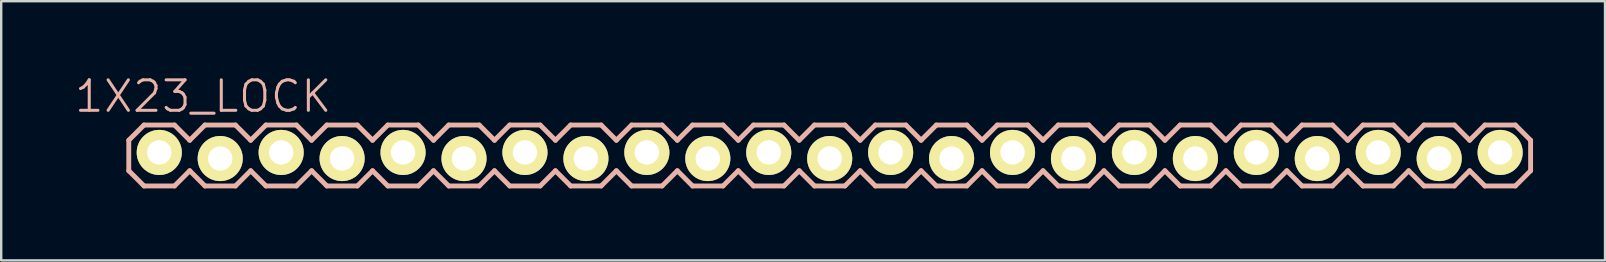
<source format=kicad_pcb>
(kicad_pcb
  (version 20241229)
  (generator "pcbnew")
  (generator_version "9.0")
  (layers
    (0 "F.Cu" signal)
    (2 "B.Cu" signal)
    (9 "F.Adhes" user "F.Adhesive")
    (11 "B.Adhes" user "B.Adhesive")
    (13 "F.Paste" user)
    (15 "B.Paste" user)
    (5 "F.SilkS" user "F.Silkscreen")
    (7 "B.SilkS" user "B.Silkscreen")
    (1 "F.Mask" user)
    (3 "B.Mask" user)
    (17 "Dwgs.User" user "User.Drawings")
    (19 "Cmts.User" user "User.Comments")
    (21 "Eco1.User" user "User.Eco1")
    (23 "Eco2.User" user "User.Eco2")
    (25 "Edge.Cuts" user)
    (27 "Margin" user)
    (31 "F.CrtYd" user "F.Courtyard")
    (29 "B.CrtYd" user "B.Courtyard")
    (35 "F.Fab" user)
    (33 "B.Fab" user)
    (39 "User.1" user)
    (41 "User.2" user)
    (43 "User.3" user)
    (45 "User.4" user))
  (footprint "1X23_LOCK"
    (layer "F.Cu")
    (at 30.257 3.43)
    (property "Reference" "1X23_LOCK" (at -24.841 -2.464 0) (layer "B.SilkS") (effects (font (size 1.27 1.27) (thickness 0.127))))
    (attr exclude_from_pos_files exclude_from_bom)
    (fp_line (start -26.924 -0.254) (end -26.416 -0.254) (stroke (width 0.066) (type solid)) (layer "F.SilkS"))
    (fp_line (start -26.924 0.254) (end -26.924 -0.254) (stroke (width 0.066) (type solid)) (layer "F.SilkS"))
    (fp_line (start -26.924 0.254) (end -26.416 0.254) (stroke (width 0.066) (type solid)) (layer "F.SilkS"))
    (fp_line (start -26.416 0.254) (end -26.416 -0.254) (stroke (width 0.066) (type solid)) (layer "F.SilkS"))
    (fp_line (start -24.384 -0.254) (end -23.876 -0.254) (stroke (width 0.066) (type solid)) (layer "F.SilkS"))
    (fp_line (start -24.384 0.254) (end -24.384 -0.254) (stroke (width 0.066) (type solid)) (layer "F.SilkS"))
    (fp_line (start -24.384 0.254) (end -23.876 0.254) (stroke (width 0.066) (type solid)) (layer "F.SilkS"))
    (fp_line (start -23.876 0.254) (end -23.876 -0.254) (stroke (width 0.066) (type solid)) (layer "F.SilkS"))
    (fp_line (start -21.844 -0.254) (end -21.336 -0.254) (stroke (width 0.066) (type solid)) (layer "F.SilkS"))
    (fp_line (start -21.844 0.254) (end -21.844 -0.254) (stroke (width 0.066) (type solid)) (layer "F.SilkS"))
    (fp_line (start -21.844 0.254) (end -21.336 0.254) (stroke (width 0.066) (type solid)) (layer "F.SilkS"))
    (fp_line (start -21.336 0.254) (end -21.336 -0.254) (stroke (width 0.066) (type solid)) (layer "F.SilkS"))
    (fp_line (start -19.304 -0.254) (end -18.796 -0.254) (stroke (width 0.066) (type solid)) (layer "F.SilkS"))
    (fp_line (start -19.304 0.254) (end -19.304 -0.254) (stroke (width 0.066) (type solid)) (layer "F.SilkS"))
    (fp_line (start -19.304 0.254) (end -18.796 0.254) (stroke (width 0.066) (type solid)) (layer "F.SilkS"))
    (fp_line (start -18.796 0.254) (end -18.796 -0.254) (stroke (width 0.066) (type solid)) (layer "F.SilkS"))
    (fp_line (start -16.764 -0.254) (end -16.256 -0.254) (stroke (width 0.066) (type solid)) (layer "F.SilkS"))
    (fp_line (start -16.764 0.254) (end -16.764 -0.254) (stroke (width 0.066) (type solid)) (layer "F.SilkS"))
    (fp_line (start -16.764 0.254) (end -16.256 0.254) (stroke (width 0.066) (type solid)) (layer "F.SilkS"))
    (fp_line (start -16.256 0.254) (end -16.256 -0.254) (stroke (width 0.066) (type solid)) (layer "F.SilkS"))
    (fp_line (start -14.224 -0.254) (end -13.716 -0.254) (stroke (width 0.066) (type solid)) (layer "F.SilkS"))
    (fp_line (start -14.224 0.254) (end -14.224 -0.254) (stroke (width 0.066) (type solid)) (layer "F.SilkS"))
    (fp_line (start -14.224 0.254) (end -13.716 0.254) (stroke (width 0.066) (type solid)) (layer "F.SilkS"))
    (fp_line (start -13.716 0.254) (end -13.716 -0.254) (stroke (width 0.066) (type solid)) (layer "F.SilkS"))
    (fp_line (start -11.684 -0.254) (end -11.176 -0.254) (stroke (width 0.066) (type solid)) (layer "F.SilkS"))
    (fp_line (start -11.684 0.254) (end -11.684 -0.254) (stroke (width 0.066) (type solid)) (layer "F.SilkS"))
    (fp_line (start -11.684 0.254) (end -11.176 0.254) (stroke (width 0.066) (type solid)) (layer "F.SilkS"))
    (fp_line (start -11.176 0.254) (end -11.176 -0.254) (stroke (width 0.066) (type solid)) (layer "F.SilkS"))
    (fp_line (start -9.144 -0.254) (end -8.636 -0.254) (stroke (width 0.066) (type solid)) (layer "F.SilkS"))
    (fp_line (start -9.144 0.254) (end -9.144 -0.254) (stroke (width 0.066) (type solid)) (layer "F.SilkS"))
    (fp_line (start -9.144 0.254) (end -8.636 0.254) (stroke (width 0.066) (type solid)) (layer "F.SilkS"))
    (fp_line (start -8.636 0.254) (end -8.636 -0.254) (stroke (width 0.066) (type solid)) (layer "F.SilkS"))
    (fp_line (start -6.604 -0.254) (end -6.096 -0.254) (stroke (width 0.066) (type solid)) (layer "F.SilkS"))
    (fp_line (start -6.604 0.254) (end -6.604 -0.254) (stroke (width 0.066) (type solid)) (layer "F.SilkS"))
    (fp_line (start -6.604 0.254) (end -6.096 0.254) (stroke (width 0.066) (type solid)) (layer "F.SilkS"))
    (fp_line (start -6.096 0.254) (end -6.096 -0.254) (stroke (width 0.066) (type solid)) (layer "F.SilkS"))
    (fp_line (start -4.064 -0.254) (end -3.556 -0.254) (stroke (width 0.066) (type solid)) (layer "F.SilkS"))
    (fp_line (start -4.064 0.254) (end -4.064 -0.254) (stroke (width 0.066) (type solid)) (layer "F.SilkS"))
    (fp_line (start -4.064 0.254) (end -3.556 0.254) (stroke (width 0.066) (type solid)) (layer "F.SilkS"))
    (fp_line (start -3.556 0.254) (end -3.556 -0.254) (stroke (width 0.066) (type solid)) (layer "F.SilkS"))
    (fp_line (start -1.524 -0.254) (end -1.016 -0.254) (stroke (width 0.066) (type solid)) (layer "F.SilkS"))
    (fp_line (start -1.524 0.254) (end -1.524 -0.254) (stroke (width 0.066) (type solid)) (layer "F.SilkS"))
    (fp_line (start -1.524 0.254) (end -1.016 0.254) (stroke (width 0.066) (type solid)) (layer "F.SilkS"))
    (fp_line (start -1.016 0.254) (end -1.016 -0.254) (stroke (width 0.066) (type solid)) (layer "F.SilkS"))
    (fp_line (start 1.016 -0.254) (end 1.524 -0.254) (stroke (width 0.066) (type solid)) (layer "F.SilkS"))
    (fp_line (start 1.016 0.254) (end 1.016 -0.254) (stroke (width 0.066) (type solid)) (layer "F.SilkS"))
    (fp_line (start 1.016 0.254) (end 1.524 0.254) (stroke (width 0.066) (type solid)) (layer "F.SilkS"))
    (fp_line (start 1.524 0.254) (end 1.524 -0.254) (stroke (width 0.066) (type solid)) (layer "F.SilkS"))
    (fp_line (start 3.556 -0.254) (end 4.064 -0.254) (stroke (width 0.066) (type solid)) (layer "F.SilkS"))
    (fp_line (start 3.556 0.254) (end 3.556 -0.254) (stroke (width 0.066) (type solid)) (layer "F.SilkS"))
    (fp_line (start 3.556 0.254) (end 4.064 0.254) (stroke (width 0.066) (type solid)) (layer "F.SilkS"))
    (fp_line (start 4.064 0.254) (end 4.064 -0.254) (stroke (width 0.066) (type solid)) (layer "F.SilkS"))
    (fp_line (start 6.096 -0.254) (end 6.604 -0.254) (stroke (width 0.066) (type solid)) (layer "F.SilkS"))
    (fp_line (start 6.096 0.254) (end 6.096 -0.254) (stroke (width 0.066) (type solid)) (layer "F.SilkS"))
    (fp_line (start 6.096 0.254) (end 6.604 0.254) (stroke (width 0.066) (type solid)) (layer "F.SilkS"))
    (fp_line (start 6.604 0.254) (end 6.604 -0.254) (stroke (width 0.066) (type solid)) (layer "F.SilkS"))
    (fp_line (start 8.636 -0.254) (end 9.144 -0.254) (stroke (width 0.066) (type solid)) (layer "F.SilkS"))
    (fp_line (start 8.636 0.254) (end 8.636 -0.254) (stroke (width 0.066) (type solid)) (layer "F.SilkS"))
    (fp_line (start 8.636 0.254) (end 9.144 0.254) (stroke (width 0.066) (type solid)) (layer "F.SilkS"))
    (fp_line (start 9.144 0.254) (end 9.144 -0.254) (stroke (width 0.066) (type solid)) (layer "F.SilkS"))
    (fp_line (start 11.176 -0.254) (end 11.684 -0.254) (stroke (width 0.066) (type solid)) (layer "F.SilkS"))
    (fp_line (start 11.176 0.254) (end 11.176 -0.254) (stroke (width 0.066) (type solid)) (layer "F.SilkS"))
    (fp_line (start 11.176 0.254) (end 11.684 0.254) (stroke (width 0.066) (type solid)) (layer "F.SilkS"))
    (fp_line (start 11.684 0.254) (end 11.684 -0.254) (stroke (width 0.066) (type solid)) (layer "F.SilkS"))
    (fp_line (start 13.716 -0.254) (end 14.224 -0.254) (stroke (width 0.066) (type solid)) (layer "F.SilkS"))
    (fp_line (start 13.716 0.254) (end 13.716 -0.254) (stroke (width 0.066) (type solid)) (layer "F.SilkS"))
    (fp_line (start 13.716 0.254) (end 14.224 0.254) (stroke (width 0.066) (type solid)) (layer "F.SilkS"))
    (fp_line (start 14.224 0.254) (end 14.224 -0.254) (stroke (width 0.066) (type solid)) (layer "F.SilkS"))
    (fp_line (start 16.256 -0.254) (end 16.764 -0.254) (stroke (width 0.066) (type solid)) (layer "F.SilkS"))
    (fp_line (start 16.256 0.254) (end 16.256 -0.254) (stroke (width 0.066) (type solid)) (layer "F.SilkS"))
    (fp_line (start 16.256 0.254) (end 16.764 0.254) (stroke (width 0.066) (type solid)) (layer "F.SilkS"))
    (fp_line (start 16.764 0.254) (end 16.764 -0.254) (stroke (width 0.066) (type solid)) (layer "F.SilkS"))
    (fp_line (start 18.796 -0.254) (end 19.304 -0.254) (stroke (width 0.066) (type solid)) (layer "F.SilkS"))
    (fp_line (start 18.796 0.254) (end 18.796 -0.254) (stroke (width 0.066) (type solid)) (layer "F.SilkS"))
    (fp_line (start 18.796 0.254) (end 19.304 0.254) (stroke (width 0.066) (type solid)) (layer "F.SilkS"))
    (fp_line (start 19.304 0.254) (end 19.304 -0.254) (stroke (width 0.066) (type solid)) (layer "F.SilkS"))
    (fp_line (start 21.336 -0.254) (end 21.844 -0.254) (stroke (width 0.066) (type solid)) (layer "F.SilkS"))
    (fp_line (start 21.336 0.254) (end 21.336 -0.254) (stroke (width 0.066) (type solid)) (layer "F.SilkS"))
    (fp_line (start 21.336 0.254) (end 21.844 0.254) (stroke (width 0.066) (type solid)) (layer "F.SilkS"))
    (fp_line (start 21.844 0.254) (end 21.844 -0.254) (stroke (width 0.066) (type solid)) (layer "F.SilkS"))
    (fp_line (start 23.876 -0.254) (end 24.384 -0.254) (stroke (width 0.066) (type solid)) (layer "F.SilkS"))
    (fp_line (start 23.876 0.254) (end 23.876 -0.254) (stroke (width 0.066) (type solid)) (layer "F.SilkS"))
    (fp_line (start 23.876 0.254) (end 24.384 0.254) (stroke (width 0.066) (type solid)) (layer "F.SilkS"))
    (fp_line (start 24.384 0.254) (end 24.384 -0.254) (stroke (width 0.066) (type solid)) (layer "F.SilkS"))
    (fp_line (start 26.416 -0.254) (end 26.924 -0.254) (stroke (width 0.066) (type solid)) (layer "F.SilkS"))
    (fp_line (start 26.416 0.254) (end 26.416 -0.254) (stroke (width 0.066) (type solid)) (layer "F.SilkS"))
    (fp_line (start 26.416 0.254) (end 26.924 0.254) (stroke (width 0.066) (type solid)) (layer "F.SilkS"))
    (fp_line (start 26.924 0.254) (end 26.924 -0.254) (stroke (width 0.066) (type solid)) (layer "F.SilkS"))
    (fp_line (start 28.953 -0.254) (end 29.464 -0.254) (stroke (width 0.066) (type solid)) (layer "F.SilkS"))
    (fp_line (start 28.953 0.254) (end 28.953 -0.254) (stroke (width 0.066) (type solid)) (layer "F.SilkS"))
    (fp_line (start 28.953 0.254) (end 29.464 0.254) (stroke (width 0.066) (type solid)) (layer "F.SilkS"))
    (fp_line (start 29.464 0.254) (end 29.464 -0.254) (stroke (width 0.066) (type solid)) (layer "F.SilkS"))
    (fp_line (start -27.94 -0.635) (end -27.94 0.635) (stroke (width 0.203) (type solid)) (layer "B.SilkS"))
    (fp_line (start -27.94 -0.635) (end -27.305 -1.27) (stroke (width 0.203) (type solid)) (layer "B.SilkS"))
    (fp_line (start -27.305 -1.27) (end -26.035 -1.27) (stroke (width 0.203) (type solid)) (layer "B.SilkS"))
    (fp_line (start -27.305 1.27) (end -27.94 0.635) (stroke (width 0.203) (type solid)) (layer "B.SilkS"))
    (fp_line (start -26.035 -1.27) (end -25.4 -0.635) (stroke (width 0.203) (type solid)) (layer "B.SilkS"))
    (fp_line (start -26.035 1.27) (end -27.305 1.27) (stroke (width 0.203) (type solid)) (layer "B.SilkS"))
    (fp_line (start -25.4 -0.635) (end -24.765 -1.27) (stroke (width 0.203) (type solid)) (layer "B.SilkS"))
    (fp_line (start -25.4 0.635) (end -26.035 1.27) (stroke (width 0.203) (type solid)) (layer "B.SilkS"))
    (fp_line (start -24.765 -1.27) (end -23.495 -1.27) (stroke (width 0.203) (type solid)) (layer "B.SilkS"))
    (fp_line (start -24.765 1.27) (end -25.4 0.635) (stroke (width 0.203) (type solid)) (layer "B.SilkS"))
    (fp_line (start -23.495 -1.27) (end -22.86 -0.635) (stroke (width 0.203) (type solid)) (layer "B.SilkS"))
    (fp_line (start -23.495 1.27) (end -24.765 1.27) (stroke (width 0.203) (type solid)) (layer "B.SilkS"))
    (fp_line (start -22.86 0.635) (end -23.495 1.27) (stroke (width 0.203) (type solid)) (layer "B.SilkS"))
    (fp_line (start -22.86 0.635) (end -22.225 1.27) (stroke (width 0.203) (type solid)) (layer "B.SilkS"))
    (fp_line (start -22.225 -1.27) (end -22.86 -0.635) (stroke (width 0.203) (type solid)) (layer "B.SilkS"))
    (fp_line (start -22.225 -1.27) (end -20.955 -1.27) (stroke (width 0.203) (type solid)) (layer "B.SilkS"))
    (fp_line (start -20.955 -1.27) (end -20.32 -0.635) (stroke (width 0.203) (type solid)) (layer "B.SilkS"))
    (fp_line (start -20.955 1.27) (end -22.225 1.27) (stroke (width 0.203) (type solid)) (layer "B.SilkS"))
    (fp_line (start -20.32 -0.635) (end -19.685 -1.27) (stroke (width 0.203) (type solid)) (layer "B.SilkS"))
    (fp_line (start -20.32 0.635) (end -20.955 1.27) (stroke (width 0.203) (type solid)) (layer "B.SilkS"))
    (fp_line (start -19.685 -1.27) (end -18.415 -1.27) (stroke (width 0.203) (type solid)) (layer "B.SilkS"))
    (fp_line (start -19.685 1.27) (end -20.32 0.635) (stroke (width 0.203) (type solid)) (layer "B.SilkS"))
    (fp_line (start -18.415 -1.27) (end -17.78 -0.635) (stroke (width 0.203) (type solid)) (layer "B.SilkS"))
    (fp_line (start -18.415 1.27) (end -19.685 1.27) (stroke (width 0.203) (type solid)) (layer "B.SilkS"))
    (fp_line (start -17.78 -0.635) (end -17.145 -1.27) (stroke (width 0.203) (type solid)) (layer "B.SilkS"))
    (fp_line (start -17.78 0.635) (end -18.415 1.27) (stroke (width 0.203) (type solid)) (layer "B.SilkS"))
    (fp_line (start -17.145 -1.27) (end -15.875 -1.27) (stroke (width 0.203) (type solid)) (layer "B.SilkS"))
    (fp_line (start -17.145 1.27) (end -17.78 0.635) (stroke (width 0.203) (type solid)) (layer "B.SilkS"))
    (fp_line (start -15.875 -1.27) (end -15.24 -0.635) (stroke (width 0.203) (type solid)) (layer "B.SilkS"))
    (fp_line (start -15.875 1.27) (end -17.145 1.27) (stroke (width 0.203) (type solid)) (layer "B.SilkS"))
    (fp_line (start -15.24 0.635) (end -15.875 1.27) (stroke (width 0.203) (type solid)) (layer "B.SilkS"))
    (fp_line (start -15.24 0.635) (end -14.605 1.27) (stroke (width 0.203) (type solid)) (layer "B.SilkS"))
    (fp_line (start -14.605 -1.27) (end -15.24 -0.635) (stroke (width 0.203) (type solid)) (layer "B.SilkS"))
    (fp_line (start -14.605 -1.27) (end -13.335 -1.27) (stroke (width 0.203) (type solid)) (layer "B.SilkS"))
    (fp_line (start -13.335 -1.27) (end -12.7 -0.635) (stroke (width 0.203) (type solid)) (layer "B.SilkS"))
    (fp_line (start -13.335 1.27) (end -14.605 1.27) (stroke (width 0.203) (type solid)) (layer "B.SilkS"))
    (fp_line (start -12.7 0.635) (end -13.335 1.27) (stroke (width 0.203) (type solid)) (layer "B.SilkS"))
    (fp_line (start -12.7 0.635) (end -12.065 1.27) (stroke (width 0.203) (type solid)) (layer "B.SilkS"))
    (fp_line (start -12.065 -1.27) (end -12.7 -0.635) (stroke (width 0.203) (type solid)) (layer "B.SilkS"))
    (fp_line (start -12.065 -1.27) (end -10.795 -1.27) (stroke (width 0.203) (type solid)) (layer "B.SilkS"))
    (fp_line (start -10.795 -1.27) (end -10.16 -0.635) (stroke (width 0.203) (type solid)) (layer "B.SilkS"))
    (fp_line (start -10.795 1.27) (end -12.065 1.27) (stroke (width 0.203) (type solid)) (layer "B.SilkS"))
    (fp_line (start -10.16 -0.635) (end -9.525 -1.27) (stroke (width 0.203) (type solid)) (layer "B.SilkS"))
    (fp_line (start -10.16 0.635) (end -10.795 1.27) (stroke (width 0.203) (type solid)) (layer "B.SilkS"))
    (fp_line (start -9.525 -1.27) (end -8.255 -1.27) (stroke (width 0.203) (type solid)) (layer "B.SilkS"))
    (fp_line (start -9.525 1.27) (end -10.16 0.635) (stroke (width 0.203) (type solid)) (layer "B.SilkS"))
    (fp_line (start -8.255 -1.27) (end -7.62 -0.635) (stroke (width 0.203) (type solid)) (layer "B.SilkS"))
    (fp_line (start -8.255 1.27) (end -9.525 1.27) (stroke (width 0.203) (type solid)) (layer "B.SilkS"))
    (fp_line (start -7.62 -0.635) (end -6.985 -1.27) (stroke (width 0.203) (type solid)) (layer "B.SilkS"))
    (fp_line (start -7.62 0.635) (end -8.255 1.27) (stroke (width 0.203) (type solid)) (layer "B.SilkS"))
    (fp_line (start -6.985 -1.27) (end -5.715 -1.27) (stroke (width 0.203) (type solid)) (layer "B.SilkS"))
    (fp_line (start -6.985 1.27) (end -7.62 0.635) (stroke (width 0.203) (type solid)) (layer "B.SilkS"))
    (fp_line (start -5.715 -1.27) (end -5.08 -0.635) (stroke (width 0.203) (type solid)) (layer "B.SilkS"))
    (fp_line (start -5.715 1.27) (end -6.985 1.27) (stroke (width 0.203) (type solid)) (layer "B.SilkS"))
    (fp_line (start -5.08 0.635) (end -5.715 1.27) (stroke (width 0.203) (type solid)) (layer "B.SilkS"))
    (fp_line (start -5.08 0.635) (end -4.445 1.27) (stroke (width 0.203) (type solid)) (layer "B.SilkS"))
    (fp_line (start -4.445 -1.27) (end -5.08 -0.635) (stroke (width 0.203) (type solid)) (layer "B.SilkS"))
    (fp_line (start -4.445 -1.27) (end -3.175 -1.27) (stroke (width 0.203) (type solid)) (layer "B.SilkS"))
    (fp_line (start -3.175 -1.27) (end -2.54 -0.635) (stroke (width 0.203) (type solid)) (layer "B.SilkS"))
    (fp_line (start -3.175 1.27) (end -4.445 1.27) (stroke (width 0.203) (type solid)) (layer "B.SilkS"))
    (fp_line (start -2.54 -0.635) (end -1.905 -1.27) (stroke (width 0.203) (type solid)) (layer "B.SilkS"))
    (fp_line (start -2.54 0.635) (end -3.175 1.27) (stroke (width 0.203) (type solid)) (layer "B.SilkS"))
    (fp_line (start -1.905 -1.27) (end -0.635 -1.27) (stroke (width 0.203) (type solid)) (layer "B.SilkS"))
    (fp_line (start -1.905 1.27) (end -2.54 0.635) (stroke (width 0.203) (type solid)) (layer "B.SilkS"))
    (fp_line (start -0.635 -1.27) (end 0 -0.635) (stroke (width 0.203) (type solid)) (layer "B.SilkS"))
    (fp_line (start -0.635 1.27) (end -1.905 1.27) (stroke (width 0.203) (type solid)) (layer "B.SilkS"))
    (fp_line (start 0 -0.635) (end 0.635 -1.27) (stroke (width 0.203) (type solid)) (layer "B.SilkS"))
    (fp_line (start 0 0.635) (end -0.635 1.27) (stroke (width 0.203) (type solid)) (layer "B.SilkS"))
    (fp_line (start 0.635 -1.27) (end 1.905 -1.27) (stroke (width 0.203) (type solid)) (layer "B.SilkS"))
    (fp_line (start 0.635 1.27) (end 0 0.635) (stroke (width 0.203) (type solid)) (layer "B.SilkS"))
    (fp_line (start 1.905 -1.27) (end 2.54 -0.635) (stroke (width 0.203) (type solid)) (layer "B.SilkS"))
    (fp_line (start 1.905 1.27) (end 0.635 1.27) (stroke (width 0.203) (type solid)) (layer "B.SilkS"))
    (fp_line (start 2.54 0.635) (end 1.905 1.27) (stroke (width 0.203) (type solid)) (layer "B.SilkS"))
    (fp_line (start 2.54 0.635) (end 3.175 1.27) (stroke (width 0.203) (type solid)) (layer "B.SilkS"))
    (fp_line (start 3.175 -1.27) (end 2.54 -0.635) (stroke (width 0.203) (type solid)) (layer "B.SilkS"))
    (fp_line (start 3.175 -1.27) (end 4.445 -1.27) (stroke (width 0.203) (type solid)) (layer "B.SilkS"))
    (fp_line (start 4.445 -1.27) (end 5.08 -0.635) (stroke (width 0.203) (type solid)) (layer "B.SilkS"))
    (fp_line (start 4.445 1.27) (end 3.175 1.27) (stroke (width 0.203) (type solid)) (layer "B.SilkS"))
    (fp_line (start 5.08 0.635) (end 4.445 1.27) (stroke (width 0.203) (type solid)) (layer "B.SilkS"))
    (fp_line (start 5.08 0.635) (end 5.715 1.27) (stroke (width 0.203) (type solid)) (layer "B.SilkS"))
    (fp_line (start 5.715 -1.27) (end 5.08 -0.635) (stroke (width 0.203) (type solid)) (layer "B.SilkS"))
    (fp_line (start 5.715 -1.27) (end 6.985 -1.27) (stroke (width 0.203) (type solid)) (layer "B.SilkS"))
    (fp_line (start 6.985 -1.27) (end 7.62 -0.635) (stroke (width 0.203) (type solid)) (layer "B.SilkS"))
    (fp_line (start 6.985 1.27) (end 5.715 1.27) (stroke (width 0.203) (type solid)) (layer "B.SilkS"))
    (fp_line (start 7.62 0.635) (end 6.985 1.27) (stroke (width 0.203) (type solid)) (layer "B.SilkS"))
    (fp_line (start 7.62 0.635) (end 8.255 1.27) (stroke (width 0.203) (type solid)) (layer "B.SilkS"))
    (fp_line (start 8.255 -1.27) (end 7.62 -0.635) (stroke (width 0.203) (type solid)) (layer "B.SilkS"))
    (fp_line (start 8.255 -1.27) (end 9.525 -1.27) (stroke (width 0.203) (type solid)) (layer "B.SilkS"))
    (fp_line (start 9.525 -1.27) (end 10.16 -0.635) (stroke (width 0.203) (type solid)) (layer "B.SilkS"))
    (fp_line (start 9.525 1.27) (end 8.255 1.27) (stroke (width 0.203) (type solid)) (layer "B.SilkS"))
    (fp_line (start 10.16 0.635) (end 9.525 1.27) (stroke (width 0.203) (type solid)) (layer "B.SilkS"))
    (fp_line (start 10.16 0.635) (end 10.795 1.27) (stroke (width 0.203) (type solid)) (layer "B.SilkS"))
    (fp_line (start 10.795 -1.27) (end 10.16 -0.635) (stroke (width 0.203) (type solid)) (layer "B.SilkS"))
    (fp_line (start 10.795 -1.27) (end 12.065 -1.27) (stroke (width 0.203) (type solid)) (layer "B.SilkS"))
    (fp_line (start 12.065 -1.27) (end 12.7 -0.635) (stroke (width 0.203) (type solid)) (layer "B.SilkS"))
    (fp_line (start 12.065 1.27) (end 10.795 1.27) (stroke (width 0.203) (type solid)) (layer "B.SilkS"))
    (fp_line (start 12.7 0.635) (end 12.065 1.27) (stroke (width 0.203) (type solid)) (layer "B.SilkS"))
    (fp_line (start 12.7 0.635) (end 13.335 1.27) (stroke (width 0.203) (type solid)) (layer "B.SilkS"))
    (fp_line (start 13.335 -1.27) (end 12.7 -0.635) (stroke (width 0.203) (type solid)) (layer "B.SilkS"))
    (fp_line (start 13.335 -1.27) (end 14.605 -1.27) (stroke (width 0.203) (type solid)) (layer "B.SilkS"))
    (fp_line (start 14.605 -1.27) (end 15.24 -0.635) (stroke (width 0.203) (type solid)) (layer "B.SilkS"))
    (fp_line (start 14.605 1.27) (end 13.335 1.27) (stroke (width 0.203) (type solid)) (layer "B.SilkS"))
    (fp_line (start 15.24 0.635) (end 14.605 1.27) (stroke (width 0.203) (type solid)) (layer "B.SilkS"))
    (fp_line (start 15.24 0.635) (end 15.875 1.27) (stroke (width 0.203) (type solid)) (layer "B.SilkS"))
    (fp_line (start 15.875 -1.27) (end 15.24 -0.635) (stroke (width 0.203) (type solid)) (layer "B.SilkS"))
    (fp_line (start 15.875 -1.27) (end 17.145 -1.27) (stroke (width 0.203) (type solid)) (layer "B.SilkS"))
    (fp_line (start 17.145 -1.27) (end 17.78 -0.635) (stroke (width 0.203) (type solid)) (layer "B.SilkS"))
    (fp_line (start 17.145 1.27) (end 15.875 1.27) (stroke (width 0.203) (type solid)) (layer "B.SilkS"))
    (fp_line (start 17.78 0.635) (end 17.145 1.27) (stroke (width 0.203) (type solid)) (layer "B.SilkS"))
    (fp_line (start 17.78 0.635) (end 18.415 1.27) (stroke (width 0.203) (type solid)) (layer "B.SilkS"))
    (fp_line (start 18.415 -1.27) (end 17.78 -0.635) (stroke (width 0.203) (type solid)) (layer "B.SilkS"))
    (fp_line (start 18.415 -1.27) (end 19.685 -1.27) (stroke (width 0.203) (type solid)) (layer "B.SilkS"))
    (fp_line (start 19.685 -1.27) (end 20.32 -0.635) (stroke (width 0.203) (type solid)) (layer "B.SilkS"))
    (fp_line (start 19.685 1.27) (end 18.415 1.27) (stroke (width 0.203) (type solid)) (layer "B.SilkS"))
    (fp_line (start 20.32 0.635) (end 19.685 1.27) (stroke (width 0.203) (type solid)) (layer "B.SilkS"))
    (fp_line (start 20.32 0.635) (end 20.955 1.27) (stroke (width 0.203) (type solid)) (layer "B.SilkS"))
    (fp_line (start 20.955 -1.27) (end 20.32 -0.635) (stroke (width 0.203) (type solid)) (layer "B.SilkS"))
    (fp_line (start 20.955 -1.27) (end 22.225 -1.27) (stroke (width 0.203) (type solid)) (layer "B.SilkS"))
    (fp_line (start 22.225 -1.27) (end 22.86 -0.635) (stroke (width 0.203) (type solid)) (layer "B.SilkS"))
    (fp_line (start 22.225 1.27) (end 20.955 1.27) (stroke (width 0.203) (type solid)) (layer "B.SilkS"))
    (fp_line (start 22.86 0.635) (end 22.225 1.27) (stroke (width 0.203) (type solid)) (layer "B.SilkS"))
    (fp_line (start 22.86 0.635) (end 23.495 1.27) (stroke (width 0.203) (type solid)) (layer "B.SilkS"))
    (fp_line (start 23.495 -1.27) (end 22.86 -0.635) (stroke (width 0.203) (type solid)) (layer "B.SilkS"))
    (fp_line (start 23.495 -1.27) (end 24.765 -1.27) (stroke (width 0.203) (type solid)) (layer "B.SilkS"))
    (fp_line (start 24.765 -1.27) (end 25.4 -0.635) (stroke (width 0.203) (type solid)) (layer "B.SilkS"))
    (fp_line (start 24.765 1.27) (end 23.495 1.27) (stroke (width 0.203) (type solid)) (layer "B.SilkS"))
    (fp_line (start 25.4 0.635) (end 24.765 1.27) (stroke (width 0.203) (type solid)) (layer "B.SilkS"))
    (fp_line (start 25.4 0.635) (end 26.035 1.27) (stroke (width 0.203) (type solid)) (layer "B.SilkS"))
    (fp_line (start 26.035 -1.27) (end 25.4 -0.635) (stroke (width 0.203) (type solid)) (layer "B.SilkS"))
    (fp_line (start 26.035 -1.27) (end 27.305 -1.27) (stroke (width 0.203) (type solid)) (layer "B.SilkS"))
    (fp_line (start 27.305 -1.27) (end 27.94 -0.635) (stroke (width 0.203) (type solid)) (layer "B.SilkS"))
    (fp_line (start 27.305 1.27) (end 26.035 1.27) (stroke (width 0.203) (type solid)) (layer "B.SilkS"))
    (fp_line (start 27.94 0.635) (end 27.305 1.27) (stroke (width 0.203) (type solid)) (layer "B.SilkS"))
    (fp_line (start 27.94 0.635) (end 28.575 1.27) (stroke (width 0.203) (type solid)) (layer "B.SilkS"))
    (fp_line (start 28.575 -1.27) (end 27.94 -0.635) (stroke (width 0.203) (type solid)) (layer "B.SilkS"))
    (fp_line (start 28.575 -1.27) (end 29.845 -1.27) (stroke (width 0.203) (type solid)) (layer "B.SilkS"))
    (fp_line (start 29.845 -1.27) (end 30.48 -0.635) (stroke (width 0.203) (type solid)) (layer "B.SilkS"))
    (fp_line (start 29.845 1.27) (end 28.575 1.27) (stroke (width 0.203) (type solid)) (layer "B.SilkS"))
    (fp_line (start 30.48 -0.635) (end 30.48 0.635) (stroke (width 0.203) (type solid)) (layer "B.SilkS"))
    (fp_line (start 30.48 0.635) (end 29.845 1.27) (stroke (width 0.203) (type solid)) (layer "B.SilkS"))
    (pad "2" thru_hole circle (at -26.67 -0.127) (size 1.88 1.88) (drill 1.016) (layers "*.Cu" "F.Mask" "F.SilkS" "F.Paste"))
    (pad "3" thru_hole circle (at -24.13 0.127) (size 1.88 1.88) (drill 1.016) (layers "*.Cu" "F.Mask" "F.SilkS" "F.Paste"))
    (pad "4" thru_hole circle (at -21.59 -0.127) (size 1.88 1.88) (drill 1.016) (layers "*.Cu" "F.Mask" "F.SilkS" "F.Paste"))
    (pad "5" thru_hole circle (at -19.05 0.127) (size 1.88 1.88) (drill 1.016) (layers "*.Cu" "F.Mask" "F.SilkS" "F.Paste"))
    (pad "6" thru_hole circle (at -16.51 -0.127) (size 1.88 1.88) (drill 1.016) (layers "*.Cu" "F.Mask" "F.SilkS" "F.Paste"))
    (pad "7" thru_hole circle (at -13.97 0.127) (size 1.88 1.88) (drill 1.016) (layers "*.Cu" "F.Mask" "F.SilkS" "F.Paste"))
    (pad "8" thru_hole circle (at -11.43 -0.127) (size 1.88 1.88) (drill 1.016) (layers "*.Cu" "F.Mask" "F.SilkS" "F.Paste"))
    (pad "9" thru_hole circle (at -8.89 0.127) (size 1.88 1.88) (drill 1.016) (layers "*.Cu" "F.Mask" "F.SilkS" "F.Paste"))
    (pad "10" thru_hole circle (at -6.35 -0.127) (size 1.88 1.88) (drill 1.016) (layers "*.Cu" "F.Mask" "F.SilkS" "F.Paste"))
    (pad "11" thru_hole circle (at -3.81 0.127) (size 1.88 1.88) (drill 1.016) (layers "*.Cu" "F.Mask" "F.SilkS" "F.Paste"))
    (pad "12" thru_hole circle (at -1.27 -0.127) (size 1.88 1.88) (drill 1.016) (layers "*.Cu" "F.Mask" "F.SilkS" "F.Paste"))
    (pad "13" thru_hole circle (at 1.27 0.127) (size 1.88 1.88) (drill 1.016) (layers "*.Cu" "F.Mask" "F.SilkS" "F.Paste"))
    (pad "14" thru_hole circle (at 3.81 -0.127) (size 1.88 1.88) (drill 1.016) (layers "*.Cu" "F.Mask" "F.SilkS" "F.Paste"))
    (pad "15" thru_hole circle (at 6.35 0.127) (size 1.88 1.88) (drill 1.016) (layers "*.Cu" "F.Mask" "F.SilkS" "F.Paste"))
    (pad "16" thru_hole circle (at 8.89 -0.127) (size 1.88 1.88) (drill 1.016) (layers "*.Cu" "F.Mask" "F.SilkS" "F.Paste"))
    (pad "17" thru_hole circle (at 11.43 0.127) (size 1.88 1.88) (drill 1.016) (layers "*.Cu" "F.Mask" "F.SilkS" "F.Paste"))
    (pad "18" thru_hole circle (at 13.97 -0.127) (size 1.88 1.88) (drill 1.016) (layers "*.Cu" "F.Mask" "F.SilkS" "F.Paste"))
    (pad "19" thru_hole circle (at 16.51 0.127) (size 1.88 1.88) (drill 1.016) (layers "*.Cu" "F.Mask" "F.SilkS" "F.Paste"))
    (pad "20" thru_hole circle (at 19.05 -0.127) (size 1.88 1.88) (drill 1.016) (layers "*.Cu" "F.Mask" "F.SilkS" "F.Paste"))
    (pad "21" thru_hole circle (at 21.59 0.127) (size 1.88 1.88) (drill 1.016) (layers "*.Cu" "F.Mask" "F.SilkS" "F.Paste"))
    (pad "22" thru_hole circle (at 24.13 -0.127) (size 1.88 1.88) (drill 1.016) (layers "*.Cu" "F.Mask" "F.SilkS" "F.Paste"))
    (pad "23" thru_hole circle (at 26.67 0.127) (size 1.88 1.88) (drill 1.016) (layers "*.Cu" "F.Mask" "F.SilkS" "F.Paste"))
    (pad "24" thru_hole circle (at 29.21 -0.127) (size 1.88 1.88) (drill 1.016) (layers "*.Cu" "F.Mask" "F.SilkS" "F.Paste")))
  (gr_rect
    (start -3 -3)
    (end 63.838 7.801)
    (stroke (width 0.1) (type default))
    (fill no)
    (layer "Edge.Cuts")))
</source>
